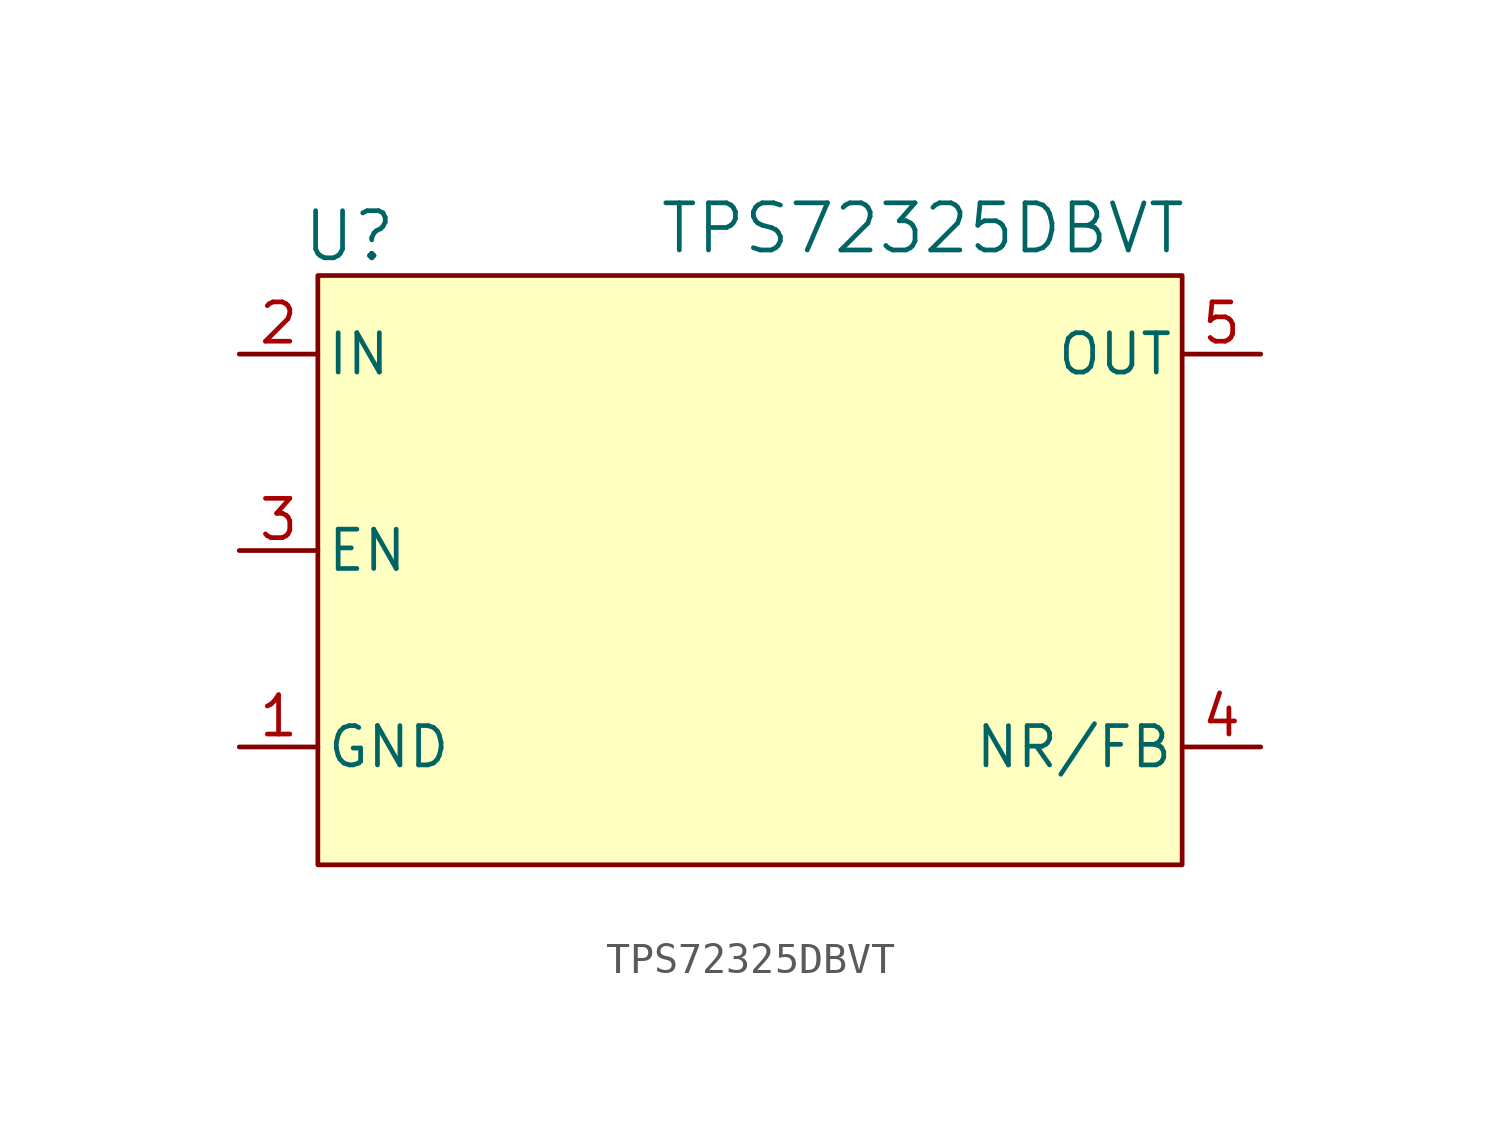
<source format=kicad_sym>
(kicad_symbol_lib
  (version 20241209)
  (generator "kicad_symbol_editor")
  (generator_version "9.0")
  (symbol "TPS72325DBVT"
    (pin_names
      (offset 0.254))
    (property "Reference" "U"
      (at -11.684 13.97 0)
      (effects (font (size 1.524 1.524))))
    (property "Value" "TPS72325DBVT"
      (at 6.858 14.224 0)
      (effects (font (size 1.524 1.524))))
    (property "ki_locked" ""
      (at 0 0 0)
      (effects (font (size 1.27 1.27))))
    (symbol "TPS72325DBVT_1_1"
      (rectangle (start -12.7 12.7) (end 15.24 -6.35) (stroke (width 0) (type solid)) (fill (type background)))
      (pin power_in line (at -15.24 10.16 0) (length 2.54) (name "IN" (effects (font (size 1.27 1.27)))) (number "2" (effects (font (size 1.27 1.27)))))
      (pin input line (at -15.24 3.81 0) (length 2.54) (name "EN" (effects (font (size 1.27 1.27)))) (number "3" (effects (font (size 1.27 1.27)))))
      (pin power_in line (at -15.24 -2.54 0) (length 2.54) (name "GND" (effects (font (size 1.27 1.27)))) (number "1" (effects (font (size 1.27 1.27)))))
      (pin power_out line (at 17.78 10.16 180) (length 2.54) (name "OUT" (effects (font (size 1.27 1.27)))) (number "5" (effects (font (size 1.27 1.27)))))
      (pin input line (at 17.78 -2.54 180) (length 2.54) (name "NR/FB" (effects (font (size 1.27 1.27)))) (number "4" (effects (font (size 1.27 1.27))))))))
</source>
